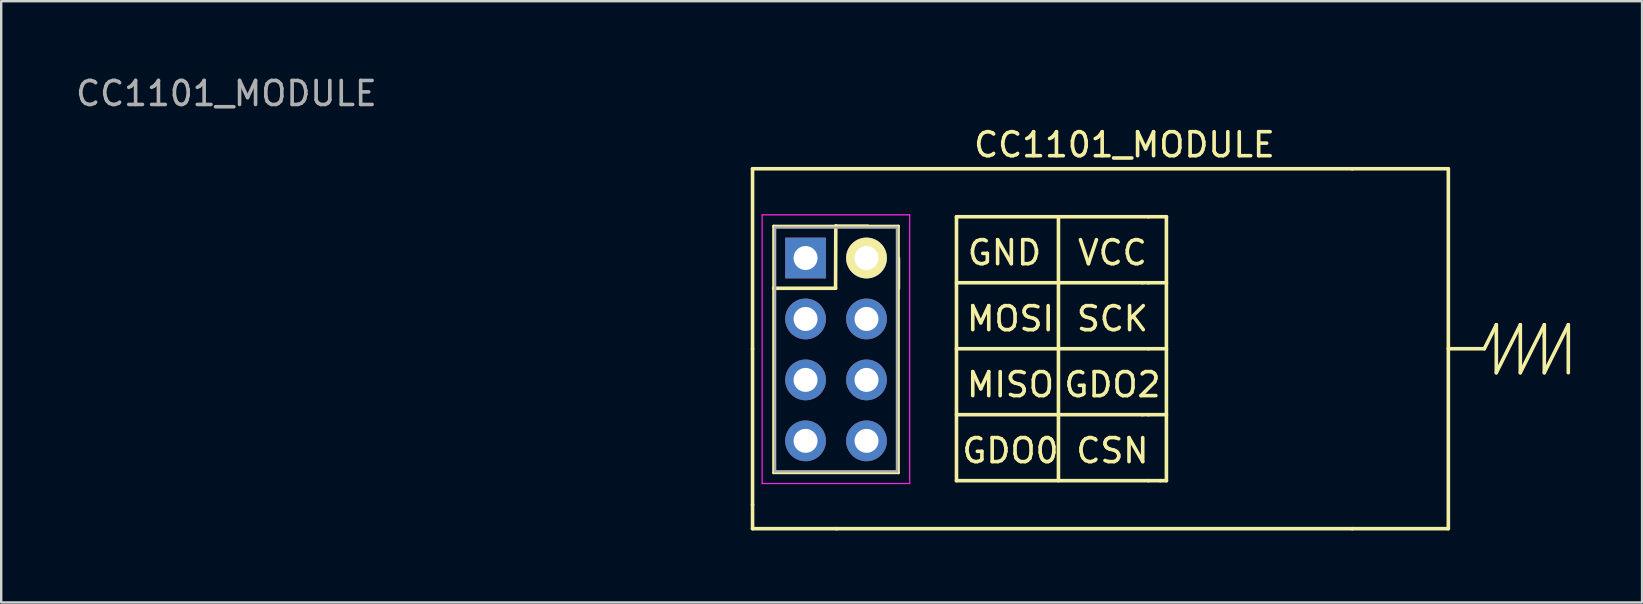
<source format=kicad_pcb>
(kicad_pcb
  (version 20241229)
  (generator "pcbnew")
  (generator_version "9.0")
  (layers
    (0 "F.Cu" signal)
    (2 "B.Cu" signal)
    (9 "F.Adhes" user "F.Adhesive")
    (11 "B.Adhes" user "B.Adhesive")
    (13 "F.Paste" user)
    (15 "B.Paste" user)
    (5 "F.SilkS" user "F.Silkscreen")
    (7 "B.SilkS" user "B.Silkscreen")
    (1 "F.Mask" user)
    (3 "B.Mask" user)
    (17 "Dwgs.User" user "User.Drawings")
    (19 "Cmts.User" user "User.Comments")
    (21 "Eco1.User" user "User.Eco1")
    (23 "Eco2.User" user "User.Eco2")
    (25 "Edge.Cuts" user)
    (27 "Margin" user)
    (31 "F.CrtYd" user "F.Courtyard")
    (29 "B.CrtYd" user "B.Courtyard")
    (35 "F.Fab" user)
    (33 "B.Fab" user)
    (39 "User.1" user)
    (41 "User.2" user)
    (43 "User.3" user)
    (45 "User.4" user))
  (footprint "CC1101_MODULE"
    (layer "F.Cu")
    (at 31.815 11.484)
    (property "Reference" "CC1101_MODULE" (at 12 -8.5 0) (layer "F.SilkS") (effects (font (size 1 1) (thickness 0.15))))
    (attr through_hole)
    (fp_line (start -3.5 -7.5) (end 21.5 -7.5) (stroke (width 0.15) (type solid)) (layer "F.SilkS"))
    (fp_line (start -3.5 0) (end -3.5 -7.5) (stroke (width 0.15) (type solid)) (layer "F.SilkS"))
    (fp_line (start -3.5 6.5) (end -3.5 0) (stroke (width 0.15) (type solid)) (layer "F.SilkS"))
    (fp_line (start -3.5 7.5) (end -3.5 6.5) (stroke (width 0.15) (type solid)) (layer "F.SilkS"))
    (fp_line (start -2.62 -5.11) (end -0.02 -5.11) (stroke (width 0.12) (type solid)) (layer "F.SilkS"))
    (fp_line (start -2.62 -2.52) (end -0.04 -2.52) (stroke (width 0.15) (type solid)) (layer "F.SilkS"))
    (fp_line (start -2.62 5.17) (end -2.62 -5.11) (stroke (width 0.12) (type solid)) (layer "F.SilkS"))
    (fp_line (start -0.04 -2.52) (end -0.03 -5.12) (stroke (width 0.15) (type solid)) (layer "F.SilkS"))
    (fp_line (start -0.01 -5.11) (end 1.29 -5.11) (stroke (width 0.15) (type solid)) (layer "F.SilkS"))
    (fp_line (start 0 7.5) (end -3.5 7.5) (stroke (width 0.15) (type solid)) (layer "F.SilkS"))
    (fp_line (start 0 7.5) (end 21.5 7.5) (stroke (width 0.15) (type solid)) (layer "F.SilkS"))
    (fp_line (start 2.58 -5.11) (end 1.31 -5.11) (stroke (width 0.12) (type solid)) (layer "F.SilkS"))
    (fp_line (start 2.58 -3.78) (end 2.58 -5.11) (stroke (width 0.12) (type solid)) (layer "F.SilkS"))
    (fp_line (start 2.58 -2.51) (end 2.58 -3.77) (stroke (width 0.15) (type solid)) (layer "F.SilkS"))
    (fp_line (start 2.58 -2.51) (end 2.58 5.17) (stroke (width 0.12) (type solid)) (layer "F.SilkS"))
    (fp_line (start 2.58 5.17) (end -2.62 5.17) (stroke (width 0.12) (type solid)) (layer "F.SilkS"))
    (fp_line (start 5 -5.5) (end 5 5.5) (stroke (width 0.15) (type solid)) (layer "F.SilkS"))
    (fp_line (start 5 -5.5) (end 13 -5.5) (stroke (width 0.15) (type solid)) (layer "F.SilkS"))
    (fp_line (start 5 -2.75) (end 12.75 -2.75) (stroke (width 0.15) (type solid)) (layer "F.SilkS"))
    (fp_line (start 5 0) (end 13 0) (stroke (width 0.15) (type solid)) (layer "F.SilkS"))
    (fp_line (start 5 2.75) (end 12.75 2.75) (stroke (width 0.15) (type solid)) (layer "F.SilkS"))
    (fp_line (start 5 5.5) (end 13 5.5) (stroke (width 0.15) (type solid)) (layer "F.SilkS"))
    (fp_line (start 9.25 -5.5) (end 9.25 5.5) (stroke (width 0.15) (type solid)) (layer "F.SilkS"))
    (fp_line (start 12.75 -2.75) (end 13 -2.75) (stroke (width 0.15) (type solid)) (layer "F.SilkS"))
    (fp_line (start 12.75 2.75) (end 13 2.75) (stroke (width 0.15) (type solid)) (layer "F.SilkS"))
    (fp_line (start 13 -5.5) (end 13.75 -5.5) (stroke (width 0.15) (type solid)) (layer "F.SilkS"))
    (fp_line (start 13 -2.75) (end 13.75 -2.75) (stroke (width 0.15) (type solid)) (layer "F.SilkS"))
    (fp_line (start 13 0) (end 13.75 0) (stroke (width 0.15) (type solid)) (layer "F.SilkS"))
    (fp_line (start 13 2.75) (end 13.75 2.75) (stroke (width 0.15) (type solid)) (layer "F.SilkS"))
    (fp_line (start 13 5.5) (end 13.5 5.5) (stroke (width 0.15) (type solid)) (layer "F.SilkS"))
    (fp_line (start 13.5 5.5) (end 13.75 5.5) (stroke (width 0.15) (type solid)) (layer "F.SilkS"))
    (fp_line (start 13.75 -5.5) (end 13.75 5.5) (stroke (width 0.15) (type solid)) (layer "F.SilkS"))
    (fp_line (start 21.5 -7.5) (end 25.5 -7.5) (stroke (width 0.15) (type solid)) (layer "F.SilkS"))
    (fp_line (start 25.5 -7.5) (end 25.5 7.5) (stroke (width 0.15) (type solid)) (layer "F.SilkS"))
    (fp_line (start 25.5 0) (end 27 0) (stroke (width 0.15) (type solid)) (layer "F.SilkS"))
    (fp_line (start 25.5 7.5) (end 21.5 7.5) (stroke (width 0.15) (type solid)) (layer "F.SilkS"))
    (fp_line (start 27 0) (end 27.5 -1) (stroke (width 0.15) (type solid)) (layer "F.SilkS"))
    (fp_line (start 27.5 -1) (end 27.5 1) (stroke (width 0.15) (type solid)) (layer "F.SilkS"))
    (fp_line (start 27.5 1) (end 28.5 -1) (stroke (width 0.15) (type solid)) (layer "F.SilkS"))
    (fp_line (start 28.5 -1) (end 28.5 1) (stroke (width 0.15) (type solid)) (layer "F.SilkS"))
    (fp_line (start 28.5 1) (end 29.5 -1) (stroke (width 0.15) (type solid)) (layer "F.SilkS"))
    (fp_line (start 29.5 -0.5) (end 29.5 -1) (stroke (width 0.15) (type solid)) (layer "F.SilkS"))
    (fp_line (start 29.5 1) (end 29.5 -0.5) (stroke (width 0.15) (type solid)) (layer "F.SilkS"))
    (fp_line (start 29.5 1) (end 30.5 -1) (stroke (width 0.15) (type solid)) (layer "F.SilkS"))
    (fp_line (start 30.5 -1) (end 30.5 1) (stroke (width 0.15) (type solid)) (layer "F.SilkS"))
    (fp_line (start -3.1 -5.58) (end -3.1 5.62) (stroke (width 0.05) (type solid)) (layer "F.CrtYd"))
    (fp_line (start -3.1 5.62) (end 3.05 5.62) (stroke (width 0.05) (type solid)) (layer "F.CrtYd"))
    (fp_line (start 3.05 -5.58) (end -3.1 -5.58) (stroke (width 0.05) (type solid)) (layer "F.CrtYd"))
    (fp_line (start 3.05 5.62) (end 3.05 -5.58) (stroke (width 0.05) (type solid)) (layer "F.CrtYd"))
    (fp_line (start -2.56 -5.05) (end -2.56 5.11) (stroke (width 0.1) (type solid)) (layer "F.Fab"))
    (fp_line (start -2.56 5.11) (end 2.52 5.11) (stroke (width 0.1) (type solid)) (layer "F.Fab"))
    (fp_line (start 2.52 -5.05) (end -2.56 -5.05) (stroke (width 0.1) (type solid)) (layer "F.Fab"))
    (fp_line (start 2.52 5.11) (end 2.52 -5.05) (stroke (width 0.1) (type solid)) (layer "F.Fab"))
    (fp_text user "VCC" (at 11.5 -4 0) (layer "F.SilkS") (effects (font (size 1 1) (thickness 0.15))))
    (fp_text user "GND" (at 7 -4 0) (layer "F.SilkS") (effects (font (size 1 1) (thickness 0.15))))
    (fp_text user "MISO" (at 7.25 1.5 0) (layer "F.SilkS") (effects (font (size 1 1) (thickness 0.15))))
    (fp_text user "MOSI" (at 7.25 -1.25 0) (layer "F.SilkS") (effects (font (size 1 1) (thickness 0.15))))
    (fp_text user "GDO0" (at 7.25 4.25 0) (layer "F.SilkS") (effects (font (size 1 1) (thickness 0.15))))
    (fp_text user "SCK" (at 11.5 -1.25 0) (layer "F.SilkS") (effects (font (size 1 1) (thickness 0.15))))
    (fp_text user "CSN" (at 11.5 4.25 0) (layer "F.SilkS") (effects (font (size 1 1) (thickness 0.15))))
    (fp_text user "GDO2" (at 11.5 1.5 0) (layer "F.SilkS") (effects (font (size 1 1) (thickness 0.15))))
    (fp_text user "${REFERENCE}" (at -25.428 -10.636 0) (layer "F.Fab") (effects (font (size 1 1) (thickness 0.15))))
    (pad "1" thru_hole rect (at -1.29 -3.78) (size 1.7 1.7) (drill 1) (layers "*.Cu" "*.Mask"))
    (pad "2" thru_hole circle (at 1.25 -3.78) (size 1.7 1.7) (drill 1) (layers "*.Cu" "*.Mask" "F.SilkS"))
    (pad "3" thru_hole oval (at -1.29 -1.24) (size 1.7 1.7) (drill 1) (layers "*.Cu" "*.Mask"))
    (pad "4" thru_hole oval (at 1.25 -1.24) (size 1.7 1.7) (drill 1) (layers "*.Cu" "*.Mask"))
    (pad "5" thru_hole oval (at -1.29 1.3) (size 1.7 1.7) (drill 1) (layers "*.Cu" "*.Mask"))
    (pad "6" thru_hole oval (at 1.25 1.3) (size 1.7 1.7) (drill 1) (layers "*.Cu" "*.Mask"))
    (pad "7" thru_hole oval (at -1.29 3.84) (size 1.7 1.7) (drill 1) (layers "*.Cu" "*.Mask"))
    (pad "8" thru_hole oval (at 1.25 3.84) (size 1.7 1.7) (drill 1) (layers "*.Cu" "*.Mask")))
  (gr_rect
    (start -3 -3)
    (end 65.39 22.059)
    (stroke (width 0.1) (type default))
    (fill no)
    (layer "Edge.Cuts")))
</source>
